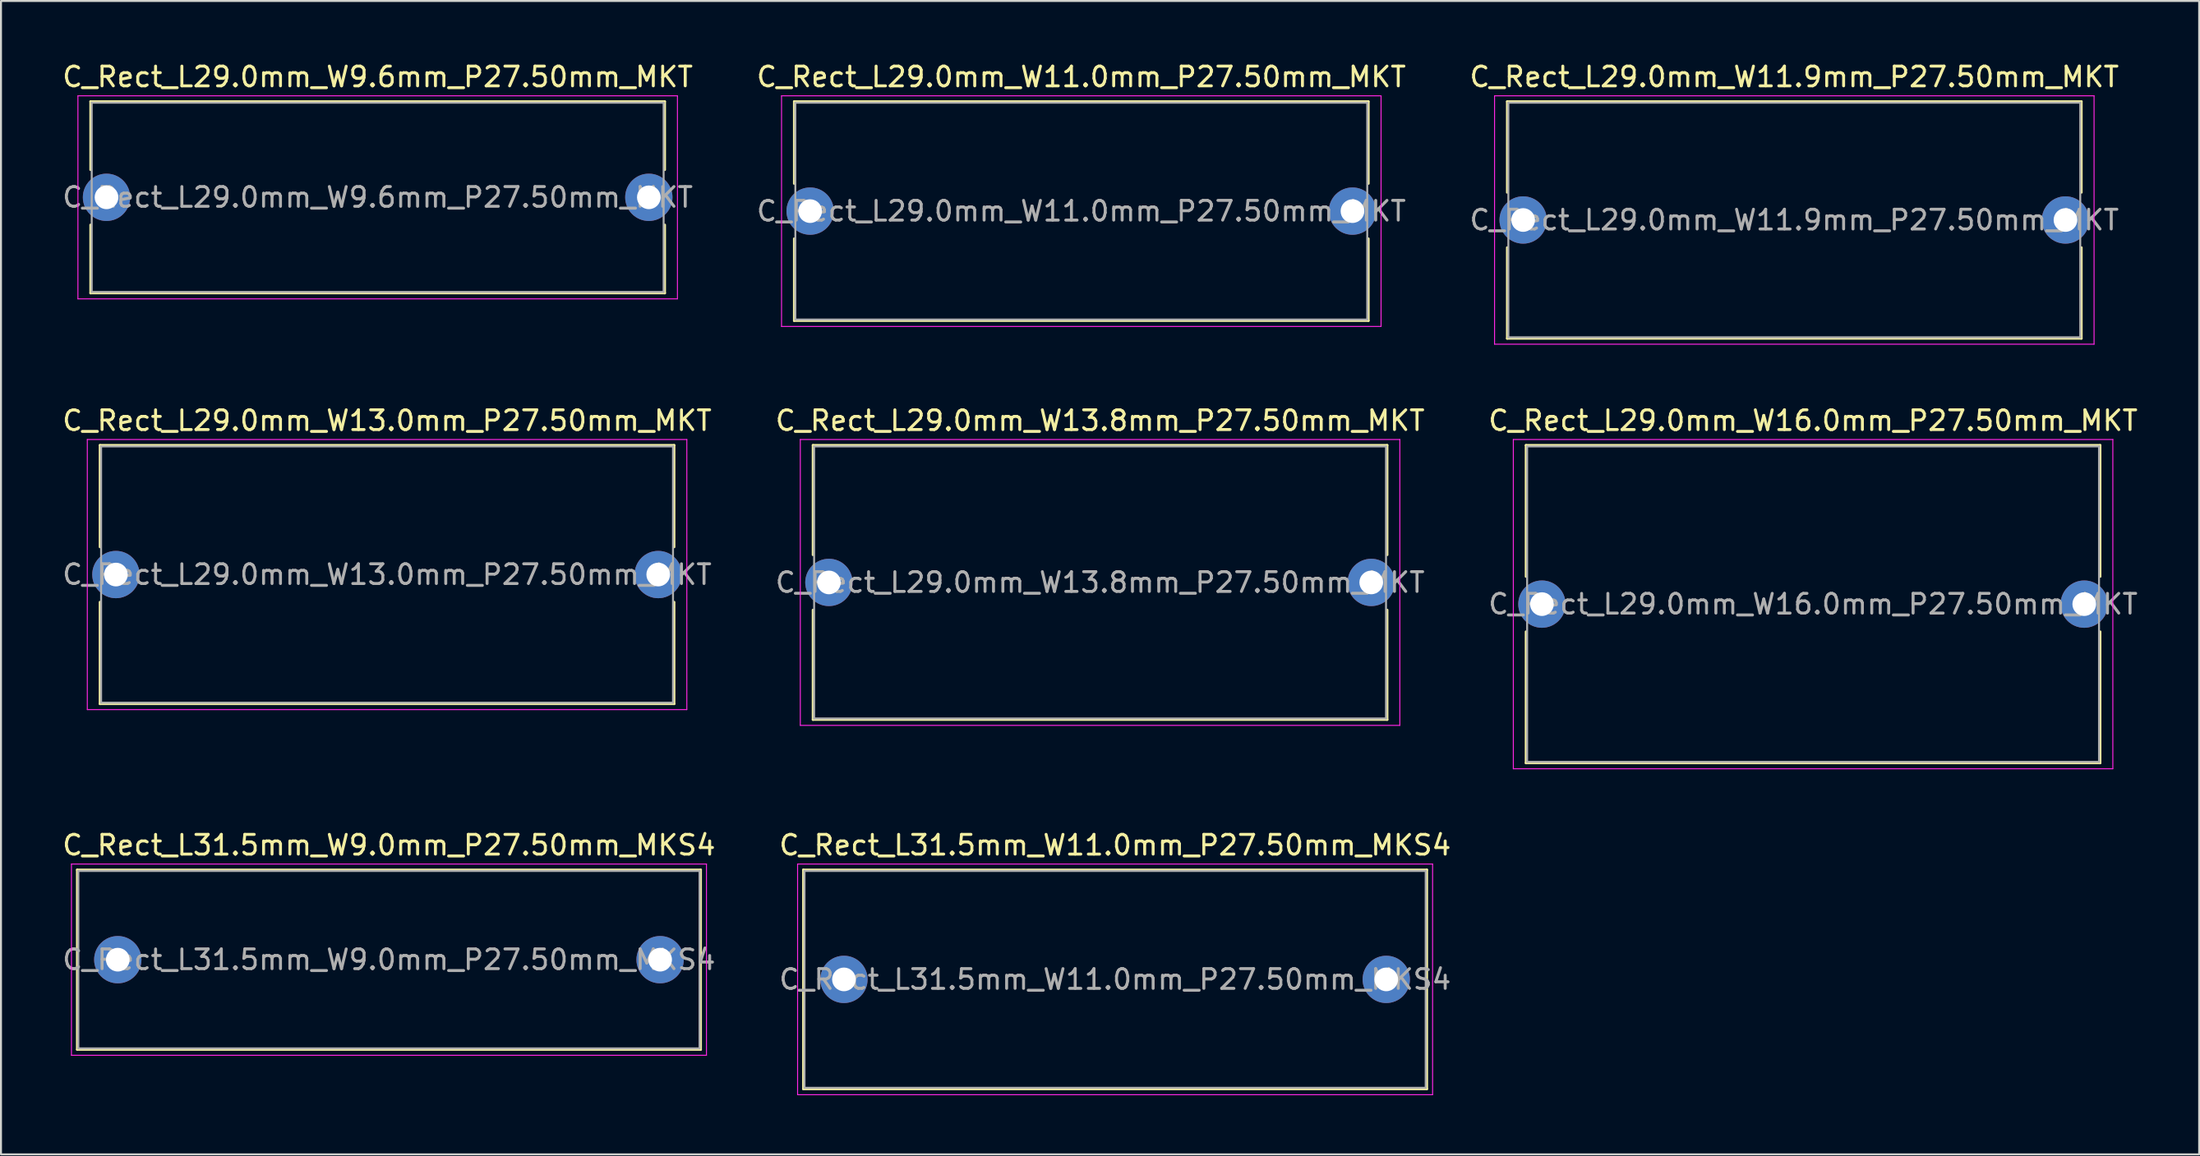
<source format=kicad_pcb>
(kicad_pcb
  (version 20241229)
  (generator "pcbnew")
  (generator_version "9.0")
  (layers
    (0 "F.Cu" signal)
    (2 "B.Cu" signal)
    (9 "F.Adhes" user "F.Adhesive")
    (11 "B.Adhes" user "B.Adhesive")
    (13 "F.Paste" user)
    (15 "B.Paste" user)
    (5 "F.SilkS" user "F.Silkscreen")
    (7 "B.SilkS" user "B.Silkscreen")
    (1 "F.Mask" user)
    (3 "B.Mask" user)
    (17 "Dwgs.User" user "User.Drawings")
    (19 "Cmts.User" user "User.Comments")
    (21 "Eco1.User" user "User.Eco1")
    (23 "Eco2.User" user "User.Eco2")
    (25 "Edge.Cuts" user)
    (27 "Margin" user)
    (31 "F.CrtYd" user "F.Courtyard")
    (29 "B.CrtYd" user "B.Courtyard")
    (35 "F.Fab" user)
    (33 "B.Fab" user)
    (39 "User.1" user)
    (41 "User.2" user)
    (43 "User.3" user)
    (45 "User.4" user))
  (footprint "C_Rect_L29.0mm_W13.0mm_P27.50mm_MKT"
    (layer "F.Cu")
    (at 2.827 26.091)
    (property "Reference" "C_Rect_L29.0mm_W13.0mm_P27.50mm_MKT" (at 13.75 -7.81 0) (layer "F.SilkS") (effects (font (size 1 1) (thickness 0.15))))
    (attr through_hole)
    (fp_line (start -0.81 -6.56) (end -0.81 -1.395) (stroke (width 0.12) (type solid)) (layer "F.SilkS"))
    (fp_line (start -0.81 -6.56) (end 28.31 -6.56) (stroke (width 0.12) (type solid)) (layer "F.SilkS"))
    (fp_line (start -0.81 1.395) (end -0.81 6.56) (stroke (width 0.12) (type solid)) (layer "F.SilkS"))
    (fp_line (start -0.81 6.56) (end 28.31 6.56) (stroke (width 0.12) (type solid)) (layer "F.SilkS"))
    (fp_line (start 28.31 -6.56) (end 28.31 -1.395) (stroke (width 0.12) (type solid)) (layer "F.SilkS"))
    (fp_line (start 28.31 1.395) (end 28.31 6.56) (stroke (width 0.12) (type solid)) (layer "F.SilkS"))
    (fp_line (start -1.45 -6.85) (end -1.45 6.85) (stroke (width 0.05) (type solid)) (layer "F.CrtYd"))
    (fp_line (start -1.45 6.85) (end 28.95 6.85) (stroke (width 0.05) (type solid)) (layer "F.CrtYd"))
    (fp_line (start 28.95 -6.85) (end -1.45 -6.85) (stroke (width 0.05) (type solid)) (layer "F.CrtYd"))
    (fp_line (start 28.95 6.85) (end 28.95 -6.85) (stroke (width 0.05) (type solid)) (layer "F.CrtYd"))
    (fp_line (start -0.75 -6.5) (end -0.75 6.5) (stroke (width 0.1) (type solid)) (layer "F.Fab"))
    (fp_line (start -0.75 6.5) (end 28.25 6.5) (stroke (width 0.1) (type solid)) (layer "F.Fab"))
    (fp_line (start 28.25 -6.5) (end -0.75 -6.5) (stroke (width 0.1) (type solid)) (layer "F.Fab"))
    (fp_line (start 28.25 6.5) (end 28.25 -6.5) (stroke (width 0.1) (type solid)) (layer "F.Fab"))
    (fp_text user "${REFERENCE}" (at 13.75 0 0) (layer "F.Fab") (effects (font (size 1 1) (thickness 0.15))))
    (pad "1" thru_hole circle (at 0 0) (size 2.4 2.4) (drill 1.2) (layers "*.Cu" "*.Mask"))
    (pad "2" thru_hole circle (at 27.5 0) (size 2.4 2.4) (drill 1.2) (layers "*.Cu" "*.Mask")))
  (footprint "C_Rect_L29.0mm_W16.0mm_P27.50mm_MKT"
    (layer "F.Cu")
    (at 75.137 27.591)
    (property "Reference" "C_Rect_L29.0mm_W16.0mm_P27.50mm_MKT" (at 13.75 -9.31 0) (layer "F.SilkS") (effects (font (size 1 1) (thickness 0.15))))
    (attr through_hole)
    (fp_line (start -0.81 -8.06) (end -0.81 -1.395) (stroke (width 0.12) (type solid)) (layer "F.SilkS"))
    (fp_line (start -0.81 -8.06) (end 28.31 -8.06) (stroke (width 0.12) (type solid)) (layer "F.SilkS"))
    (fp_line (start -0.81 1.395) (end -0.81 8.06) (stroke (width 0.12) (type solid)) (layer "F.SilkS"))
    (fp_line (start -0.81 8.06) (end 28.31 8.06) (stroke (width 0.12) (type solid)) (layer "F.SilkS"))
    (fp_line (start 28.31 -8.06) (end 28.31 -1.395) (stroke (width 0.12) (type solid)) (layer "F.SilkS"))
    (fp_line (start 28.31 1.395) (end 28.31 8.06) (stroke (width 0.12) (type solid)) (layer "F.SilkS"))
    (fp_line (start -1.45 -8.35) (end -1.45 8.35) (stroke (width 0.05) (type solid)) (layer "F.CrtYd"))
    (fp_line (start -1.45 8.35) (end 28.95 8.35) (stroke (width 0.05) (type solid)) (layer "F.CrtYd"))
    (fp_line (start 28.95 -8.35) (end -1.45 -8.35) (stroke (width 0.05) (type solid)) (layer "F.CrtYd"))
    (fp_line (start 28.95 8.35) (end 28.95 -8.35) (stroke (width 0.05) (type solid)) (layer "F.CrtYd"))
    (fp_line (start -0.75 -8) (end -0.75 8) (stroke (width 0.1) (type solid)) (layer "F.Fab"))
    (fp_line (start -0.75 8) (end 28.25 8) (stroke (width 0.1) (type solid)) (layer "F.Fab"))
    (fp_line (start 28.25 -8) (end -0.75 -8) (stroke (width 0.1) (type solid)) (layer "F.Fab"))
    (fp_line (start 28.25 8) (end 28.25 -8) (stroke (width 0.1) (type solid)) (layer "F.Fab"))
    (fp_text user "${REFERENCE}" (at 13.75 0 0) (layer "F.Fab") (effects (font (size 1 1) (thickness 0.15))))
    (pad "1" thru_hole circle (at 0 0) (size 2.4 2.4) (drill 1.2) (layers "*.Cu" "*.Mask"))
    (pad "2" thru_hole circle (at 27.5 0) (size 2.4 2.4) (drill 1.2) (layers "*.Cu" "*.Mask")))
  (footprint "C_Rect_L31.5mm_W11.0mm_P27.50mm_MKS4"
    (layer "F.Cu")
    (at 39.744 46.625)
    (property "Reference" "C_Rect_L31.5mm_W11.0mm_P27.50mm_MKS4" (at 13.75 -6.81 0) (layer "F.SilkS") (effects (font (size 1 1) (thickness 0.15))))
    (attr through_hole)
    (fp_line (start -2.06 -5.56) (end -2.06 5.56) (stroke (width 0.12) (type solid)) (layer "F.SilkS"))
    (fp_line (start -2.06 -5.56) (end 29.56 -5.56) (stroke (width 0.12) (type solid)) (layer "F.SilkS"))
    (fp_line (start -2.06 5.56) (end 29.56 5.56) (stroke (width 0.12) (type solid)) (layer "F.SilkS"))
    (fp_line (start 29.56 -5.56) (end 29.56 5.56) (stroke (width 0.12) (type solid)) (layer "F.SilkS"))
    (fp_line (start -2.35 -5.85) (end -2.35 5.85) (stroke (width 0.05) (type solid)) (layer "F.CrtYd"))
    (fp_line (start -2.35 5.85) (end 29.85 5.85) (stroke (width 0.05) (type solid)) (layer "F.CrtYd"))
    (fp_line (start 29.85 -5.85) (end -2.35 -5.85) (stroke (width 0.05) (type solid)) (layer "F.CrtYd"))
    (fp_line (start 29.85 5.85) (end 29.85 -5.85) (stroke (width 0.05) (type solid)) (layer "F.CrtYd"))
    (fp_line (start -2 -5.5) (end -2 5.5) (stroke (width 0.1) (type solid)) (layer "F.Fab"))
    (fp_line (start -2 5.5) (end 29.5 5.5) (stroke (width 0.1) (type solid)) (layer "F.Fab"))
    (fp_line (start 29.5 -5.5) (end -2 -5.5) (stroke (width 0.1) (type solid)) (layer "F.Fab"))
    (fp_line (start 29.5 5.5) (end 29.5 -5.5) (stroke (width 0.1) (type solid)) (layer "F.Fab"))
    (fp_text user "${REFERENCE}" (at 13.75 0 0) (layer "F.Fab") (effects (font (size 1 1) (thickness 0.15))))
    (pad "1" thru_hole circle (at 0 0) (size 2.4 2.4) (drill 1.2) (layers "*.Cu" "*.Mask"))
    (pad "2" thru_hole circle (at 27.5 0) (size 2.4 2.4) (drill 1.2) (layers "*.Cu" "*.Mask")))
  (footprint "C_Rect_L31.5mm_W9.0mm_P27.50mm_MKS4"
    (layer "F.Cu")
    (at 2.923 45.625)
    (property "Reference" "C_Rect_L31.5mm_W9.0mm_P27.50mm_MKS4" (at 13.75 -5.81 0) (layer "F.SilkS") (effects (font (size 1 1) (thickness 0.15))))
    (attr through_hole)
    (fp_line (start -2.06 -4.56) (end -2.06 4.56) (stroke (width 0.12) (type solid)) (layer "F.SilkS"))
    (fp_line (start -2.06 -4.56) (end 29.56 -4.56) (stroke (width 0.12) (type solid)) (layer "F.SilkS"))
    (fp_line (start -2.06 4.56) (end 29.56 4.56) (stroke (width 0.12) (type solid)) (layer "F.SilkS"))
    (fp_line (start 29.56 -4.56) (end 29.56 4.56) (stroke (width 0.12) (type solid)) (layer "F.SilkS"))
    (fp_line (start -2.35 -4.85) (end -2.35 4.85) (stroke (width 0.05) (type solid)) (layer "F.CrtYd"))
    (fp_line (start -2.35 4.85) (end 29.85 4.85) (stroke (width 0.05) (type solid)) (layer "F.CrtYd"))
    (fp_line (start 29.85 -4.85) (end -2.35 -4.85) (stroke (width 0.05) (type solid)) (layer "F.CrtYd"))
    (fp_line (start 29.85 4.85) (end 29.85 -4.85) (stroke (width 0.05) (type solid)) (layer "F.CrtYd"))
    (fp_line (start -2 -4.5) (end -2 4.5) (stroke (width 0.1) (type solid)) (layer "F.Fab"))
    (fp_line (start -2 4.5) (end 29.5 4.5) (stroke (width 0.1) (type solid)) (layer "F.Fab"))
    (fp_line (start 29.5 -4.5) (end -2 -4.5) (stroke (width 0.1) (type solid)) (layer "F.Fab"))
    (fp_line (start 29.5 4.5) (end 29.5 -4.5) (stroke (width 0.1) (type solid)) (layer "F.Fab"))
    (fp_text user "${REFERENCE}" (at 13.75 0 0) (layer "F.Fab") (effects (font (size 1 1) (thickness 0.15))))
    (pad "1" thru_hole circle (at 0 0) (size 2.4 2.4) (drill 1.2) (layers "*.Cu" "*.Mask"))
    (pad "2" thru_hole circle (at 27.5 0) (size 2.4 2.4) (drill 1.2) (layers "*.Cu" "*.Mask")))
  (footprint "C_Rect_L29.0mm_W11.0mm_P27.50mm_MKT"
    (layer "F.Cu")
    (at 38.03 7.658)
    (property "Reference" "C_Rect_L29.0mm_W11.0mm_P27.50mm_MKT" (at 13.75 -6.81 0) (layer "F.SilkS") (effects (font (size 1 1) (thickness 0.15))))
    (attr through_hole)
    (fp_line (start -0.81 -5.56) (end -0.81 -1.395) (stroke (width 0.12) (type solid)) (layer "F.SilkS"))
    (fp_line (start -0.81 -5.56) (end 28.31 -5.56) (stroke (width 0.12) (type solid)) (layer "F.SilkS"))
    (fp_line (start -0.81 1.395) (end -0.81 5.56) (stroke (width 0.12) (type solid)) (layer "F.SilkS"))
    (fp_line (start -0.81 5.56) (end 28.31 5.56) (stroke (width 0.12) (type solid)) (layer "F.SilkS"))
    (fp_line (start 28.31 -5.56) (end 28.31 -1.395) (stroke (width 0.12) (type solid)) (layer "F.SilkS"))
    (fp_line (start 28.31 1.395) (end 28.31 5.56) (stroke (width 0.12) (type solid)) (layer "F.SilkS"))
    (fp_line (start -1.45 -5.85) (end -1.45 5.85) (stroke (width 0.05) (type solid)) (layer "F.CrtYd"))
    (fp_line (start -1.45 5.85) (end 28.95 5.85) (stroke (width 0.05) (type solid)) (layer "F.CrtYd"))
    (fp_line (start 28.95 -5.85) (end -1.45 -5.85) (stroke (width 0.05) (type solid)) (layer "F.CrtYd"))
    (fp_line (start 28.95 5.85) (end 28.95 -5.85) (stroke (width 0.05) (type solid)) (layer "F.CrtYd"))
    (fp_line (start -0.75 -5.5) (end -0.75 5.5) (stroke (width 0.1) (type solid)) (layer "F.Fab"))
    (fp_line (start -0.75 5.5) (end 28.25 5.5) (stroke (width 0.1) (type solid)) (layer "F.Fab"))
    (fp_line (start 28.25 -5.5) (end -0.75 -5.5) (stroke (width 0.1) (type solid)) (layer "F.Fab"))
    (fp_line (start 28.25 5.5) (end 28.25 -5.5) (stroke (width 0.1) (type solid)) (layer "F.Fab"))
    (fp_text user "${REFERENCE}" (at 13.75 0 0) (layer "F.Fab") (effects (font (size 1 1) (thickness 0.15))))
    (pad "1" thru_hole circle (at 0 0) (size 2.4 2.4) (drill 1.2) (layers "*.Cu" "*.Mask"))
    (pad "2" thru_hole circle (at 27.5 0) (size 2.4 2.4) (drill 1.2) (layers "*.Cu" "*.Mask")))
  (footprint "C_Rect_L29.0mm_W13.8mm_P27.50mm_MKT"
    (layer "F.Cu")
    (at 38.982 26.491)
    (property "Reference" "C_Rect_L29.0mm_W13.8mm_P27.50mm_MKT" (at 13.75 -8.21 0) (layer "F.SilkS") (effects (font (size 1 1) (thickness 0.15))))
    (attr through_hole)
    (fp_line (start -0.81 -6.96) (end -0.81 -1.395) (stroke (width 0.12) (type solid)) (layer "F.SilkS"))
    (fp_line (start -0.81 -6.96) (end 28.31 -6.96) (stroke (width 0.12) (type solid)) (layer "F.SilkS"))
    (fp_line (start -0.81 1.395) (end -0.81 6.96) (stroke (width 0.12) (type solid)) (layer "F.SilkS"))
    (fp_line (start -0.81 6.96) (end 28.31 6.96) (stroke (width 0.12) (type solid)) (layer "F.SilkS"))
    (fp_line (start 28.31 -6.96) (end 28.31 -1.395) (stroke (width 0.12) (type solid)) (layer "F.SilkS"))
    (fp_line (start 28.31 1.395) (end 28.31 6.96) (stroke (width 0.12) (type solid)) (layer "F.SilkS"))
    (fp_line (start -1.45 -7.25) (end -1.45 7.25) (stroke (width 0.05) (type solid)) (layer "F.CrtYd"))
    (fp_line (start -1.45 7.25) (end 28.95 7.25) (stroke (width 0.05) (type solid)) (layer "F.CrtYd"))
    (fp_line (start 28.95 -7.25) (end -1.45 -7.25) (stroke (width 0.05) (type solid)) (layer "F.CrtYd"))
    (fp_line (start 28.95 7.25) (end 28.95 -7.25) (stroke (width 0.05) (type solid)) (layer "F.CrtYd"))
    (fp_line (start -0.75 -6.9) (end -0.75 6.9) (stroke (width 0.1) (type solid)) (layer "F.Fab"))
    (fp_line (start -0.75 6.9) (end 28.25 6.9) (stroke (width 0.1) (type solid)) (layer "F.Fab"))
    (fp_line (start 28.25 -6.9) (end -0.75 -6.9) (stroke (width 0.1) (type solid)) (layer "F.Fab"))
    (fp_line (start 28.25 6.9) (end 28.25 -6.9) (stroke (width 0.1) (type solid)) (layer "F.Fab"))
    (fp_text user "${REFERENCE}" (at 13.75 0 0) (layer "F.Fab") (effects (font (size 1 1) (thickness 0.15))))
    (pad "1" thru_hole circle (at 0 0) (size 2.4 2.4) (drill 1.2) (layers "*.Cu" "*.Mask"))
    (pad "2" thru_hole circle (at 27.5 0) (size 2.4 2.4) (drill 1.2) (layers "*.Cu" "*.Mask")))
  (footprint "C_Rect_L29.0mm_W11.9mm_P27.50mm_MKT"
    (layer "F.Cu")
    (at 74.185 8.108)
    (property "Reference" "C_Rect_L29.0mm_W11.9mm_P27.50mm_MKT" (at 13.75 -7.26 0) (layer "F.SilkS") (effects (font (size 1 1) (thickness 0.15))))
    (attr through_hole)
    (fp_line (start -0.81 -6.01) (end -0.81 -1.395) (stroke (width 0.12) (type solid)) (layer "F.SilkS"))
    (fp_line (start -0.81 -6.01) (end 28.31 -6.01) (stroke (width 0.12) (type solid)) (layer "F.SilkS"))
    (fp_line (start -0.81 1.395) (end -0.81 6.01) (stroke (width 0.12) (type solid)) (layer "F.SilkS"))
    (fp_line (start -0.81 6.01) (end 28.31 6.01) (stroke (width 0.12) (type solid)) (layer "F.SilkS"))
    (fp_line (start 28.31 -6.01) (end 28.31 -1.395) (stroke (width 0.12) (type solid)) (layer "F.SilkS"))
    (fp_line (start 28.31 1.395) (end 28.31 6.01) (stroke (width 0.12) (type solid)) (layer "F.SilkS"))
    (fp_line (start -1.45 -6.3) (end -1.45 6.3) (stroke (width 0.05) (type solid)) (layer "F.CrtYd"))
    (fp_line (start -1.45 6.3) (end 28.95 6.3) (stroke (width 0.05) (type solid)) (layer "F.CrtYd"))
    (fp_line (start 28.95 -6.3) (end -1.45 -6.3) (stroke (width 0.05) (type solid)) (layer "F.CrtYd"))
    (fp_line (start 28.95 6.3) (end 28.95 -6.3) (stroke (width 0.05) (type solid)) (layer "F.CrtYd"))
    (fp_line (start -0.75 -5.95) (end -0.75 5.95) (stroke (width 0.1) (type solid)) (layer "F.Fab"))
    (fp_line (start -0.75 5.95) (end 28.25 5.95) (stroke (width 0.1) (type solid)) (layer "F.Fab"))
    (fp_line (start 28.25 -5.95) (end -0.75 -5.95) (stroke (width 0.1) (type solid)) (layer "F.Fab"))
    (fp_line (start 28.25 5.95) (end 28.25 -5.95) (stroke (width 0.1) (type solid)) (layer "F.Fab"))
    (fp_text user "${REFERENCE}" (at 13.75 0 0) (layer "F.Fab") (effects (font (size 1 1) (thickness 0.15))))
    (pad "1" thru_hole circle (at 0 0) (size 2.4 2.4) (drill 1.2) (layers "*.Cu" "*.Mask"))
    (pad "2" thru_hole circle (at 27.5 0) (size 2.4 2.4) (drill 1.2) (layers "*.Cu" "*.Mask")))
  (footprint "C_Rect_L29.0mm_W9.6mm_P27.50mm_MKT"
    (layer "F.Cu")
    (at 2.351 6.958)
    (property "Reference" "C_Rect_L29.0mm_W9.6mm_P27.50mm_MKT" (at 13.75 -6.11 0) (layer "F.SilkS") (effects (font (size 1 1) (thickness 0.15))))
    (attr through_hole)
    (fp_line (start -0.81 -4.86) (end -0.81 -1.395) (stroke (width 0.12) (type solid)) (layer "F.SilkS"))
    (fp_line (start -0.81 -4.86) (end 28.31 -4.86) (stroke (width 0.12) (type solid)) (layer "F.SilkS"))
    (fp_line (start -0.81 1.395) (end -0.81 4.86) (stroke (width 0.12) (type solid)) (layer "F.SilkS"))
    (fp_line (start -0.81 4.86) (end 28.31 4.86) (stroke (width 0.12) (type solid)) (layer "F.SilkS"))
    (fp_line (start 28.31 -4.86) (end 28.31 -1.395) (stroke (width 0.12) (type solid)) (layer "F.SilkS"))
    (fp_line (start 28.31 1.395) (end 28.31 4.86) (stroke (width 0.12) (type solid)) (layer "F.SilkS"))
    (fp_line (start -1.45 -5.15) (end -1.45 5.15) (stroke (width 0.05) (type solid)) (layer "F.CrtYd"))
    (fp_line (start -1.45 5.15) (end 28.95 5.15) (stroke (width 0.05) (type solid)) (layer "F.CrtYd"))
    (fp_line (start 28.95 -5.15) (end -1.45 -5.15) (stroke (width 0.05) (type solid)) (layer "F.CrtYd"))
    (fp_line (start 28.95 5.15) (end 28.95 -5.15) (stroke (width 0.05) (type solid)) (layer "F.CrtYd"))
    (fp_line (start -0.75 -4.8) (end -0.75 4.8) (stroke (width 0.1) (type solid)) (layer "F.Fab"))
    (fp_line (start -0.75 4.8) (end 28.25 4.8) (stroke (width 0.1) (type solid)) (layer "F.Fab"))
    (fp_line (start 28.25 -4.8) (end -0.75 -4.8) (stroke (width 0.1) (type solid)) (layer "F.Fab"))
    (fp_line (start 28.25 4.8) (end 28.25 -4.8) (stroke (width 0.1) (type solid)) (layer "F.Fab"))
    (fp_text user "${REFERENCE}" (at 13.75 0 0) (layer "F.Fab") (effects (font (size 1 1) (thickness 0.15))))
    (pad "1" thru_hole circle (at 0 0) (size 2.4 2.4) (drill 1.2) (layers "*.Cu" "*.Mask"))
    (pad "2" thru_hole circle (at 27.5 0) (size 2.4 2.4) (drill 1.2) (layers "*.Cu" "*.Mask")))
  (gr_rect
    (start -3 -3)
    (end 108.464 55.5)
    (stroke (width 0.1) (type default))
    (fill no)
    (layer "Edge.Cuts")))
</source>
